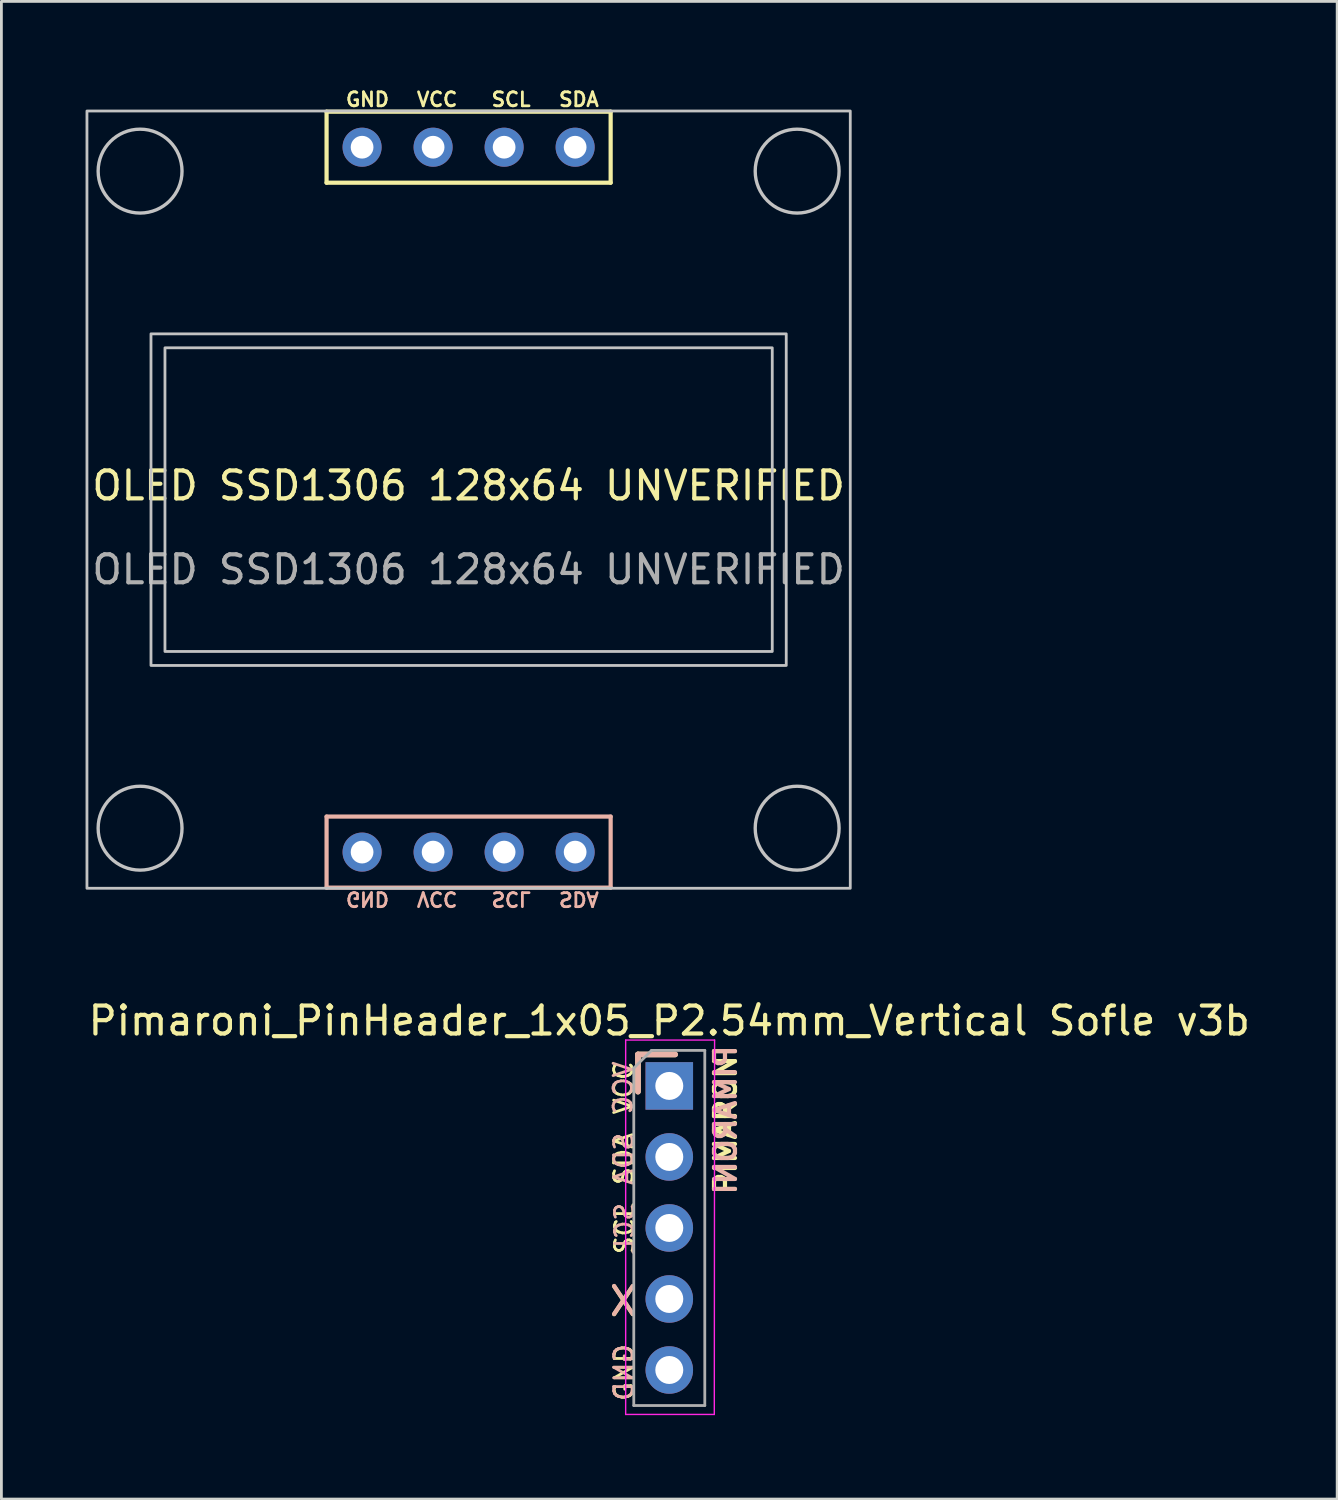
<source format=kicad_pcb>
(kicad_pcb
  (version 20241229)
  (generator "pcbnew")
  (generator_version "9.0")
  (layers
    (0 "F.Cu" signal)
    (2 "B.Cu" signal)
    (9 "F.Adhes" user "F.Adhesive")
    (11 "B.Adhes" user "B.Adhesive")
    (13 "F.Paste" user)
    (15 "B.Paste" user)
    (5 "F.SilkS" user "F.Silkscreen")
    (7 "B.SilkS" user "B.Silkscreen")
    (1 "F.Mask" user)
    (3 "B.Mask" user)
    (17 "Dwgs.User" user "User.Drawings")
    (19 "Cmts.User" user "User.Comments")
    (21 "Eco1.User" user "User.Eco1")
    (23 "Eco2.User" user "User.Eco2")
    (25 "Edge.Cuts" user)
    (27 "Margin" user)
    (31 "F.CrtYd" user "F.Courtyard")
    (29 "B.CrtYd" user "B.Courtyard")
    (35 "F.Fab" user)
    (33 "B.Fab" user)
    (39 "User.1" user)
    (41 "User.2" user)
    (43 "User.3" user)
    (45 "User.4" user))
  (footprint "Pimaroni_PinHeader_1x05_P2.54mm_Vertical Sofle v3b"
    (layer "F.Cu")
    (at 20.887 35.788)
    (property "Reference" "Pimaroni_PinHeader_1x05_P2.54mm_Vertical Sofle v3b" (at 0 -2.33 0) (layer "F.SilkS") (effects (font (size 1 1) (thickness 0.15))))
    (attr through_hole exclude_from_pos_files exclude_from_bom)
    (fp_line (start -1.12 -1.125) (end 0.21 -1.125) (stroke (width 0.2) (type solid)) (layer "F.SilkS"))
    (fp_line (start -1.12 0.205) (end -1.12 -1.125) (stroke (width 0.2) (type solid)) (layer "F.SilkS"))
    (fp_line (start -1.12 -1.125) (end -1.12 0.205) (stroke (width 0.2) (type solid)) (layer "B.SilkS"))
    (fp_line (start 0.21 -1.125) (end -1.12 -1.125) (stroke (width 0.2) (type solid)) (layer "B.SilkS"))
    (fp_line (start -1.56 -1.64) (end -1.56 11.75) (stroke (width 0.05) (type solid)) (layer "F.CrtYd"))
    (fp_line (start -1.56 11.75) (end 1.61 11.75) (stroke (width 0.05) (type solid)) (layer "F.CrtYd"))
    (fp_line (start 1.62 -1.64) (end -1.56 -1.64) (stroke (width 0.05) (type solid)) (layer "F.CrtYd"))
    (fp_line (start 1.62 -1.64) (end 1.61 11.75) (stroke (width 0.05) (type solid)) (layer "F.CrtYd"))
    (fp_line (start -1.27 -0.635) (end -0.635 -1.27) (stroke (width 0.1) (type solid)) (layer "F.Fab"))
    (fp_line (start -1.27 11.43) (end -1.27 -0.635) (stroke (width 0.1) (type solid)) (layer "F.Fab"))
    (fp_line (start -0.635 -1.27) (end 1.27 -1.27) (stroke (width 0.1) (type solid)) (layer "F.Fab"))
    (fp_line (start 1.27 -1.27) (end 1.27 11.43) (stroke (width 0.1) (type solid)) (layer "F.Fab"))
    (fp_line (start 1.27 11.43) (end -1.27 11.43) (stroke (width 0.1) (type solid)) (layer "F.Fab"))
    (fp_text user "PIMARONI" (at 2.01 1.22 90) (layer "F.SilkS") (effects (font (size 0.75 0.75) (thickness 0.15))))
    (fp_text user "VCC" (at -1.63 0.07 90) (layer "F.SilkS") (effects (font (size 0.66 0.66) (thickness 0.1))))
    (fp_text user "SCL" (at -1.6 5.1 90) (layer "F.SilkS") (effects (font (size 0.66 0.66) (thickness 0.1))))
    (fp_text user "GND" (at -1.61 10.25 90) (layer "F.SilkS") (effects (font (size 0.66 0.66) (thickness 0.1))))
    (fp_text user "SDA" (at -1.63 2.61 90) (layer "F.SilkS") (effects (font (size 0.66 0.66) (thickness 0.1))))
    (fp_text user "X" (at -1.64 7.71 0) (layer "F.SilkS") (effects (font (size 1 1) (thickness 0.15))))
    (fp_text user "PIMARONI" (at 2.01 1.22 270) (layer "B.SilkS") (effects (font (size 0.75 0.75) (thickness 0.15)) (justify mirror)))
    (fp_text user "SDA" (at -1.63 2.61 90) (layer "B.SilkS") (effects (font (size 0.66 0.66) (thickness 0.1)) (justify mirror)))
    (fp_text user "SCL" (at -1.6 5.1 90) (layer "B.SilkS") (effects (font (size 0.66 0.66) (thickness 0.1)) (justify mirror)))
    (fp_text user "VCC" (at -1.65 0.07 90) (layer "B.SilkS") (effects (font (size 0.66 0.66) (thickness 0.1)) (justify mirror)))
    (fp_text user "X" (at -1.64 7.7 0) (layer "B.SilkS") (effects (font (size 1 1) (thickness 0.15)) (justify mirror)))
    (fp_text user "GND" (at -1.63 10.25 90) (layer "B.SilkS") (effects (font (size 0.66 0.66) (thickness 0.1)) (justify mirror)))
    (pad "1" thru_hole rect (at 0 0) (size 1.7 1.7) (drill 1) (layers "*.Cu" "*.Mask"))
    (pad "2" thru_hole oval (at 0 2.54) (size 1.7 1.7) (drill 1) (layers "*.Cu" "*.Mask"))
    (pad "3" thru_hole oval (at 0 5.08) (size 1.7 1.7) (drill 1) (layers "*.Cu" "*.Mask"))
    (pad "4" thru_hole oval (at 0 7.62) (size 1.7 1.7) (drill 1) (layers "*.Cu" "*.Mask"))
    (pad "5" thru_hole oval (at 0 10.16) (size 1.7 1.7) (drill 1) (layers "*.Cu" "*.Mask")))
  (footprint "OLED SSD1306 128x64 UNVERIFIED"
    (layer "F.Cu")
    (at 13.71 14.82)
    (property "Reference" "OLED SSD1306 128x64 UNVERIFIED" (at 0 -0.5 0) (unlocked yes) (layer "F.SilkS") (effects (font (size 1 1) (thickness 0.15))))
    (attr through_hole exclude_from_pos_files exclude_from_bom)
    (fp_line (start -5.08 -11.335) (end -5.08 -13.875) (stroke (width 0.15) (type solid)) (layer "F.SilkS"))
    (fp_line (start -5.08 -11.335) (end 5.08 -11.335) (stroke (width 0.15) (type solid)) (layer "F.SilkS"))
    (fp_line (start 5.08 -13.875) (end -5.08 -13.875) (stroke (width 0.15) (type solid)) (layer "F.SilkS"))
    (fp_line (start 5.08 -13.875) (end 5.08 -11.335) (stroke (width 0.15) (type solid)) (layer "F.SilkS"))
    (fp_line (start -5.08 11.335) (end -5.08 13.875) (stroke (width 0.15) (type solid)) (layer "B.SilkS"))
    (fp_line (start -5.08 11.335) (end 5.08 11.335) (stroke (width 0.15) (type solid)) (layer "B.SilkS"))
    (fp_line (start 5.08 13.875) (end -5.08 13.875) (stroke (width 0.15) (type solid)) (layer "B.SilkS"))
    (fp_line (start 5.08 13.875) (end 5.08 11.335) (stroke (width 0.15) (type solid)) (layer "B.SilkS"))
    (fp_rect (start -11.36 5.93) (end 11.36 -5.93) (stroke (width 0.1) (type solid)) (fill no) (layer "Dwgs.User"))
    (fp_rect (start -10.86 5.43) (end 10.86 -5.43) (stroke (width 0.1) (type solid)) (fill no) (layer "Dwgs.User"))
    (fp_rect (start 13.65 13.9) (end -13.65 -13.9) (stroke (width 0.1) (type solid)) (fill no) (layer "Dwgs.User"))
    (fp_circle (center -11.75 -11.75) (end -10.25 -11.75) (stroke (width 0.12) (type default)) (fill no) (layer "Dwgs.User"))
    (fp_circle (center -11.75 11.75) (end -10.25 11.75) (stroke (width 0.12) (type default)) (fill no) (layer "Dwgs.User"))
    (fp_circle (center 11.75 -11.75) (end 13.25 -11.75) (stroke (width 0.12) (type default)) (fill no) (layer "Dwgs.User"))
    (fp_circle (center 11.75 11.75) (end 13.25 11.75) (stroke (width 0.12) (type default)) (fill no) (layer "Dwgs.User"))
    (fp_text user "SCL" (at 0.762 -14.02 0) (unlocked yes) (layer "F.SilkS") (effects (font (size 0.5 0.5) (thickness 0.1)) (justify left bottom)))
    (fp_text user "SDA" (at 3.175 -14.02 0) (unlocked yes) (layer "F.SilkS") (effects (font (size 0.5 0.5) (thickness 0.1)) (justify left bottom)))
    (fp_text user "VCC" (at -1.905 -14.02 0) (unlocked yes) (layer "F.SilkS") (effects (font (size 0.5 0.5) (thickness 0.1)) (justify left bottom)))
    (fp_text user "GND" (at -4.445 -14.02 0) (unlocked yes) (layer "F.SilkS") (effects (font (size 0.5 0.5) (thickness 0.1)) (justify left bottom)))
    (fp_text user "SCL" (at 0.762 13.99 180) (unlocked yes) (layer "B.SilkS") (effects (font (size 0.5 0.5) (thickness 0.1)) (justify left bottom mirror)))
    (fp_text user "SDA" (at 3.175 13.99 180) (unlocked yes) (layer "B.SilkS") (effects (font (size 0.5 0.5) (thickness 0.1)) (justify left bottom mirror)))
    (fp_text user "VCC" (at -1.905 13.99 180) (unlocked yes) (layer "B.SilkS") (effects (font (size 0.5 0.5) (thickness 0.1)) (justify left bottom mirror)))
    (fp_text user "GND" (at -4.445 13.99 180) (unlocked yes) (layer "B.SilkS") (effects (font (size 0.5 0.5) (thickness 0.1)) (justify left bottom mirror)))
    (fp_text user "${REFERENCE}" (at 0 2.5 0) (unlocked yes) (layer "F.Fab") (effects (font (size 1 1) (thickness 0.15))))
    (dimension (type aligned) (layer "Eco2.User") (pts (xy 27.36 0.92) (xy 0.06 0.92)) (height -22.32) (format (prefix "") (suffix "") (units 3) (units_format 1) (precision 4)) (style (thickness 0.12) (arrow_length 1.27) (text_position_mode 0) (arrow_direction outward) (extension_height 0.586) (extension_offset 0.5) (keep_text_aligned yes)) (gr_text "27.3000 mm" (at 13.71 22.09 0) (layer "Eco2.User") (effects (font (size 1 1) (thickness 0.15)))))
    (dimension (type aligned) (layer "Eco2.User") (pts (xy 0.06 0.92) (xy 0.06 28.72)) (height -6.65) (format (prefix "") (suffix "") (units 3) (units_format 1) (precision 4)) (style (thickness 0.12) (arrow_length 1.27) (text_position_mode 0) (arrow_direction outward) (extension_height 0.586) (extension_offset 0.5) (keep_text_aligned yes)) (gr_text "27.8000 mm" (at 5.56 14.82 90) (layer "Eco2.User") (effects (font (size 1 1) (thickness 0.15)))))
    (dimension (type aligned) (layer "Eco2.User") (pts (xy 25.46 3.07) (xy 1.96 3.07)) (height -3.92) (format (prefix "") (suffix "") (units 3) (units_format 1) (precision 4)) (style (thickness 0.12) (arrow_length 1.27) (text_position_mode 0) (arrow_direction outward) (extension_height 0.586) (extension_offset 0.5) (keep_text_aligned yes)) (gr_text "23.5000 mm" (at 13.71 5.84 0) (layer "Eco2.User") (effects (font (size 1 1) (thickness 0.15)))))
    (pad "1" thru_hole circle (at 3.81 -12.605) (size 1.397 1.397) (drill 0.813) (layers "*.Cu" "B.Mask"))
    (pad "1" thru_hole circle (at 3.81 12.605 180) (size 1.397 1.397) (drill 0.813) (layers "*.Cu" "F.Mask"))
    (pad "2" thru_hole circle (at 1.27 -12.605) (size 1.397 1.397) (drill 0.813) (layers "*.Cu" "B.Mask"))
    (pad "2" thru_hole circle (at 1.27 12.605 180) (size 1.397 1.397) (drill 0.813) (layers "*.Cu" "F.Mask"))
    (pad "3" thru_hole circle (at -1.27 -12.605) (size 1.397 1.397) (drill 0.813) (layers "*.Cu" "B.Mask"))
    (pad "3" thru_hole circle (at -1.27 12.605 180) (size 1.397 1.397) (drill 0.813) (layers "*.Cu" "F.Mask"))
    (pad "4" thru_hole circle (at -3.81 -12.605) (size 1.397 1.397) (drill 0.813) (layers "*.Cu" "B.Mask"))
    (pad "4" thru_hole circle (at -3.81 12.605 180) (size 1.397 1.397) (drill 0.813) (layers "*.Cu" "F.Mask")))
  (gr_rect
    (start -3 -3)
    (end 44.774 50.563)
    (stroke (width 0.1) (type default))
    (fill no)
    (layer "Edge.Cuts")))
</source>
